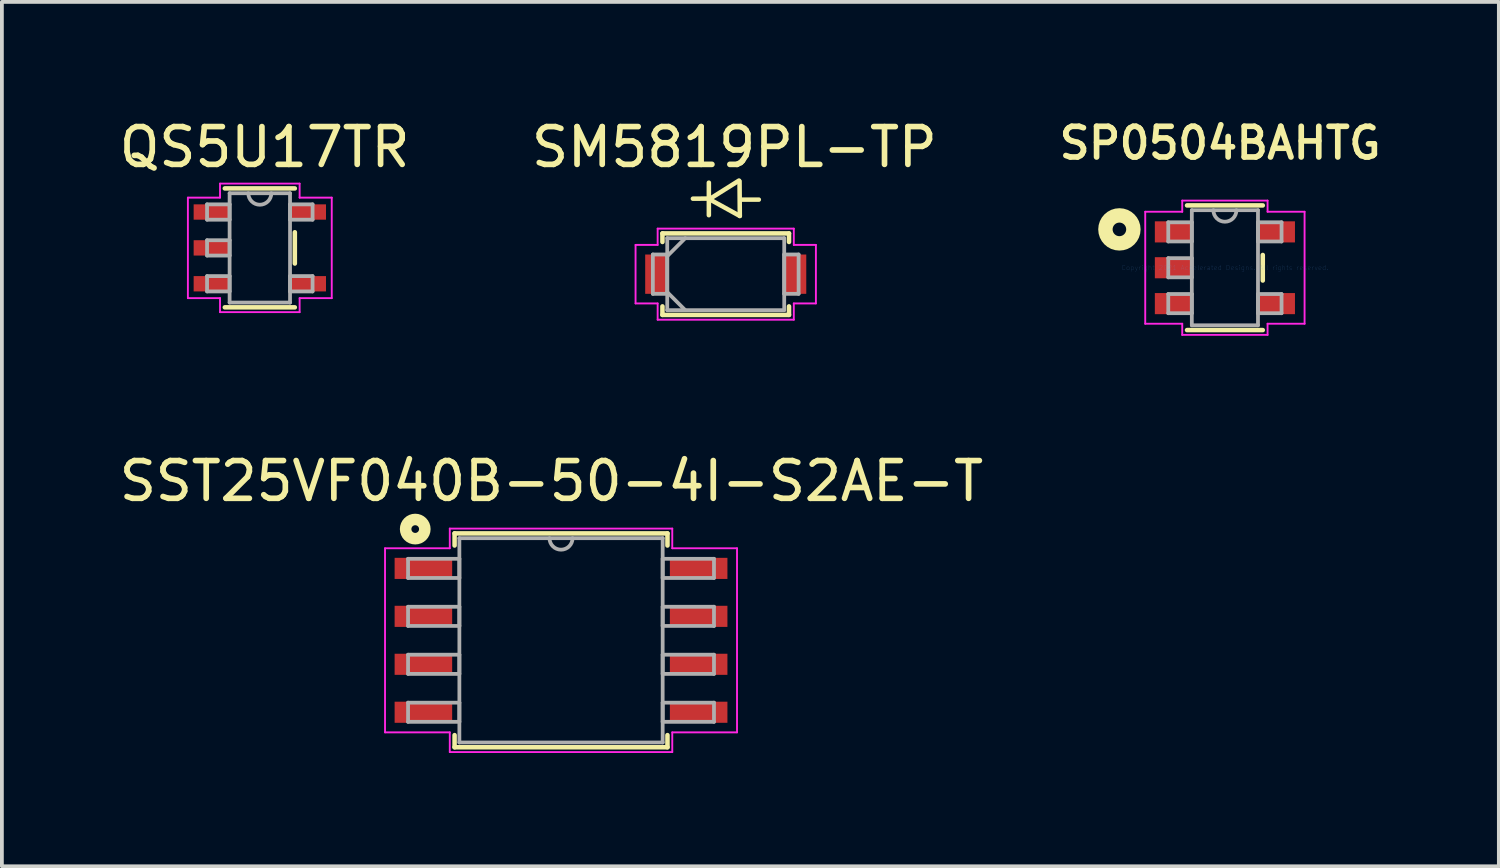
<source format=kicad_pcb>
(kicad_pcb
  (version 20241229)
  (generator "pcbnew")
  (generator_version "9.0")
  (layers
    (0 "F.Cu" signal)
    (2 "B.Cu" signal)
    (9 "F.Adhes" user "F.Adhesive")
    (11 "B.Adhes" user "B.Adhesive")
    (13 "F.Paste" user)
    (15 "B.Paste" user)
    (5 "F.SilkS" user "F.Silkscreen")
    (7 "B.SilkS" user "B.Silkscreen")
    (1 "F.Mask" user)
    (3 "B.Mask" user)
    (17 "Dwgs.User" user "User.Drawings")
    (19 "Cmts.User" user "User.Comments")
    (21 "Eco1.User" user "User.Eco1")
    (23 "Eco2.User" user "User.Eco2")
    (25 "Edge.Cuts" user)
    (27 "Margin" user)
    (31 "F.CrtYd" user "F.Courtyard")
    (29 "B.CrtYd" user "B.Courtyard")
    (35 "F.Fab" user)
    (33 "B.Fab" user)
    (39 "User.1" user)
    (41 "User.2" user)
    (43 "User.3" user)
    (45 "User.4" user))
  (footprint "SP0504BAHTG"
    (layer "F.Cu")
    (at 29.39 4.041)
    (property "Reference" "SP0504BAHTG" (at -0.127 -3.302 0) (layer "F.SilkS") (effects (font (size 0.813 0.813) (thickness 0.15))))
    (attr through_hole)
    (fp_line (start -1.003 1.651) (end 1.003 1.651) (stroke (width 0.12) (type solid)) (layer "F.SilkS"))
    (fp_line (start 1.003 -1.651) (end -1.003 -1.651) (stroke (width 0.12) (type solid)) (layer "F.SilkS"))
    (fp_line (start 1.003 0.338) (end 1.003 -0.338) (stroke (width 0.12) (type solid)) (layer "F.SilkS"))
    (fp_circle (center -2.794 -1.016) (end -2.614 -1.016) (stroke (width 0.381) (type solid)) (fill no) (layer "F.SilkS"))
    (fp_line (start -2.11 -1.483) (end -1.13 -1.483) (stroke (width 0.05) (type solid)) (layer "F.CrtYd"))
    (fp_line (start -2.11 1.483) (end -2.11 -1.483) (stroke (width 0.05) (type solid)) (layer "F.CrtYd"))
    (fp_line (start -1.13 -1.778) (end 1.13 -1.778) (stroke (width 0.05) (type solid)) (layer "F.CrtYd"))
    (fp_line (start -1.13 -1.483) (end -1.13 -1.778) (stroke (width 0.05) (type solid)) (layer "F.CrtYd"))
    (fp_line (start -1.13 1.483) (end -2.11 1.483) (stroke (width 0.05) (type solid)) (layer "F.CrtYd"))
    (fp_line (start -1.13 1.778) (end -1.13 1.483) (stroke (width 0.05) (type solid)) (layer "F.CrtYd"))
    (fp_line (start 1.13 -1.778) (end 1.13 -1.483) (stroke (width 0.05) (type solid)) (layer "F.CrtYd"))
    (fp_line (start 1.13 -1.483) (end 2.11 -1.483) (stroke (width 0.05) (type solid)) (layer "F.CrtYd"))
    (fp_line (start 1.13 1.483) (end 1.13 1.778) (stroke (width 0.05) (type solid)) (layer "F.CrtYd"))
    (fp_line (start 1.13 1.778) (end -1.13 1.778) (stroke (width 0.05) (type solid)) (layer "F.CrtYd"))
    (fp_line (start 2.11 -1.483) (end 2.11 1.483) (stroke (width 0.05) (type solid)) (layer "F.CrtYd"))
    (fp_line (start 2.11 1.483) (end 1.13 1.483) (stroke (width 0.05) (type solid)) (layer "F.CrtYd"))
    (fp_line (start -1.5 -1.204) (end -1.5 -0.696) (stroke (width 0.1) (type solid)) (layer "F.Fab"))
    (fp_line (start -1.5 -0.696) (end -0.876 -0.696) (stroke (width 0.1) (type solid)) (layer "F.Fab"))
    (fp_line (start -1.5 -0.254) (end -1.5 0.254) (stroke (width 0.1) (type solid)) (layer "F.Fab"))
    (fp_line (start -1.5 0.254) (end -0.876 0.254) (stroke (width 0.1) (type solid)) (layer "F.Fab"))
    (fp_line (start -1.5 0.696) (end -1.5 1.204) (stroke (width 0.1) (type solid)) (layer "F.Fab"))
    (fp_line (start -1.5 1.204) (end -0.876 1.204) (stroke (width 0.1) (type solid)) (layer "F.Fab"))
    (fp_line (start -0.876 -1.524) (end -0.876 1.524) (stroke (width 0.1) (type solid)) (layer "F.Fab"))
    (fp_line (start -0.876 -1.204) (end -1.5 -1.204) (stroke (width 0.1) (type solid)) (layer "F.Fab"))
    (fp_line (start -0.876 -0.696) (end -0.876 -1.204) (stroke (width 0.1) (type solid)) (layer "F.Fab"))
    (fp_line (start -0.876 -0.254) (end -1.5 -0.254) (stroke (width 0.1) (type solid)) (layer "F.Fab"))
    (fp_line (start -0.876 0.254) (end -0.876 -0.254) (stroke (width 0.1) (type solid)) (layer "F.Fab"))
    (fp_line (start -0.876 0.696) (end -1.5 0.696) (stroke (width 0.1) (type solid)) (layer "F.Fab"))
    (fp_line (start -0.876 1.204) (end -0.876 0.696) (stroke (width 0.1) (type solid)) (layer "F.Fab"))
    (fp_line (start -0.876 1.524) (end 0.876 1.524) (stroke (width 0.1) (type solid)) (layer "F.Fab"))
    (fp_line (start 0.876 -1.524) (end -0.876 -1.524) (stroke (width 0.1) (type solid)) (layer "F.Fab"))
    (fp_line (start 0.876 -1.204) (end 0.876 -0.696) (stroke (width 0.1) (type solid)) (layer "F.Fab"))
    (fp_line (start 0.876 -0.696) (end 1.5 -0.696) (stroke (width 0.1) (type solid)) (layer "F.Fab"))
    (fp_line (start 0.876 0.696) (end 0.876 1.204) (stroke (width 0.1) (type solid)) (layer "F.Fab"))
    (fp_line (start 0.876 1.204) (end 1.5 1.204) (stroke (width 0.1) (type solid)) (layer "F.Fab"))
    (fp_line (start 0.876 1.524) (end 0.876 -1.524) (stroke (width 0.1) (type solid)) (layer "F.Fab"))
    (fp_line (start 1.5 -1.204) (end 0.876 -1.204) (stroke (width 0.1) (type solid)) (layer "F.Fab"))
    (fp_line (start 1.5 -0.696) (end 1.5 -1.204) (stroke (width 0.1) (type solid)) (layer "F.Fab"))
    (fp_line (start 1.5 0.696) (end 0.876 0.696) (stroke (width 0.1) (type solid)) (layer "F.Fab"))
    (fp_line (start 1.5 1.204) (end 1.5 0.696) (stroke (width 0.1) (type solid)) (layer "F.Fab"))
    (fp_arc (start 0.3048 -1.524) (mid 0 -1.2192) (end -0.3048 -1.524) (stroke (width 0.1) (type solid)) (layer "F.Fab"))
    (fp_text user "Copyright 2021 Accelerated Designs. All rights reserved." (at 0 0 0) (layer "Cmts.User") (effects (font (size 0.127 0.127) (thickness 0.002))))
    (pad "1" smd rect (at -1.366 -0.95) (size 0.979 0.559) (layers "F.Cu" "F.Mask" "F.Paste"))
    (pad "2" smd rect (at -1.366 0) (size 0.979 0.559) (layers "F.Cu" "F.Mask" "F.Paste"))
    (pad "3" smd rect (at -1.366 0.95) (size 0.979 0.559) (layers "F.Cu" "F.Mask" "F.Paste"))
    (pad "4" smd rect (at 1.366 0.95) (size 0.979 0.559) (layers "F.Cu" "F.Mask" "F.Paste"))
    (pad "5" smd rect (at 1.366 -0.95) (size 0.979 0.559) (layers "F.Cu" "F.Mask" "F.Paste")))
  (footprint "SM5819PL-TP"
    (layer "F.Cu")
    (at 16.17 4.211)
    (property "Reference" "SM5819PL-TP" (at 0.229 -3.363 0) (layer "F.SilkS") (effects (font (size 1 1) (thickness 0.15))))
    (attr through_hole)
    (fp_line (start -1.676 -1.079) (end -1.676 -0.853) (stroke (width 0.12) (type solid)) (layer "F.SilkS"))
    (fp_line (start -1.676 0.853) (end -1.676 1.079) (stroke (width 0.12) (type solid)) (layer "F.SilkS"))
    (fp_line (start -1.676 1.079) (end 1.676 1.079) (stroke (width 0.12) (type solid)) (layer "F.SilkS"))
    (fp_line (start -0.447 -1.562) (end -0.447 -2.423) (stroke (width 0.12) (type solid)) (layer "F.SilkS"))
    (fp_line (start -0.439 -2.002) (end -0.869 -1.999) (stroke (width 0.12) (type solid)) (layer "F.SilkS"))
    (fp_line (start -0.434 -1.986) (end 0.351 -2.479) (stroke (width 0.12) (type solid)) (layer "F.SilkS"))
    (fp_line (start 0.366 -2.459) (end 0.373 -1.542) (stroke (width 0.12) (type solid)) (layer "F.SilkS"))
    (fp_line (start 0.373 -1.542) (end -0.434 -1.986) (stroke (width 0.12) (type solid)) (layer "F.SilkS"))
    (fp_line (start 0.401 -1.974) (end 0.876 -1.974) (stroke (width 0.12) (type solid)) (layer "F.SilkS"))
    (fp_line (start 1.676 -1.079) (end -1.676 -1.079) (stroke (width 0.12) (type solid)) (layer "F.SilkS"))
    (fp_line (start 1.676 -0.853) (end 1.676 -1.079) (stroke (width 0.12) (type solid)) (layer "F.SilkS"))
    (fp_line (start 1.676 1.079) (end 1.676 0.853) (stroke (width 0.12) (type solid)) (layer "F.SilkS"))
    (fp_line (start -2.388 -0.775) (end -1.803 -0.775) (stroke (width 0.05) (type solid)) (layer "F.CrtYd"))
    (fp_line (start -2.388 0.775) (end -2.388 -0.775) (stroke (width 0.05) (type solid)) (layer "F.CrtYd"))
    (fp_line (start -1.803 -1.206) (end 1.803 -1.206) (stroke (width 0.05) (type solid)) (layer "F.CrtYd"))
    (fp_line (start -1.803 -0.775) (end -1.803 -1.206) (stroke (width 0.05) (type solid)) (layer "F.CrtYd"))
    (fp_line (start -1.803 0.775) (end -2.388 0.775) (stroke (width 0.05) (type solid)) (layer "F.CrtYd"))
    (fp_line (start -1.803 1.206) (end -1.803 0.775) (stroke (width 0.05) (type solid)) (layer "F.CrtYd"))
    (fp_line (start 1.803 -1.206) (end 1.803 -0.775) (stroke (width 0.05) (type solid)) (layer "F.CrtYd"))
    (fp_line (start 1.803 -0.775) (end 2.388 -0.775) (stroke (width 0.05) (type solid)) (layer "F.CrtYd"))
    (fp_line (start 1.803 0.775) (end 1.803 1.206) (stroke (width 0.05) (type solid)) (layer "F.CrtYd"))
    (fp_line (start 1.803 1.206) (end -1.803 1.206) (stroke (width 0.05) (type solid)) (layer "F.CrtYd"))
    (fp_line (start 2.388 -0.775) (end 2.388 0.775) (stroke (width 0.05) (type solid)) (layer "F.CrtYd"))
    (fp_line (start 2.388 0.775) (end 1.803 0.775) (stroke (width 0.05) (type solid)) (layer "F.CrtYd"))
    (fp_line (start -1.93 -0.521) (end -1.93 0.521) (stroke (width 0.1) (type solid)) (layer "F.Fab"))
    (fp_line (start -1.93 0.521) (end -1.549 0.521) (stroke (width 0.1) (type solid)) (layer "F.Fab"))
    (fp_line (start -1.549 -0.953) (end -1.549 0.953) (stroke (width 0.1) (type solid)) (layer "F.Fab"))
    (fp_line (start -1.549 -0.521) (end -1.93 -0.521) (stroke (width 0.1) (type solid)) (layer "F.Fab"))
    (fp_line (start -1.549 -0.476) (end -1.073 -0.953) (stroke (width 0.1) (type solid)) (layer "F.Fab"))
    (fp_line (start -1.549 0.476) (end -1.073 0.953) (stroke (width 0.1) (type solid)) (layer "F.Fab"))
    (fp_line (start -1.549 0.521) (end -1.549 -0.521) (stroke (width 0.1) (type solid)) (layer "F.Fab"))
    (fp_line (start -1.549 0.953) (end 1.549 0.953) (stroke (width 0.1) (type solid)) (layer "F.Fab"))
    (fp_line (start 1.549 -0.953) (end -1.549 -0.953) (stroke (width 0.1) (type solid)) (layer "F.Fab"))
    (fp_line (start 1.549 -0.521) (end 1.549 0.521) (stroke (width 0.1) (type solid)) (layer "F.Fab"))
    (fp_line (start 1.549 0.521) (end 1.93 0.521) (stroke (width 0.1) (type solid)) (layer "F.Fab"))
    (fp_line (start 1.549 0.953) (end 1.549 -0.953) (stroke (width 0.1) (type solid)) (layer "F.Fab"))
    (fp_line (start 1.93 -0.521) (end 1.549 -0.521) (stroke (width 0.1) (type solid)) (layer "F.Fab"))
    (fp_line (start 1.93 0.521) (end 1.93 -0.521) (stroke (width 0.1) (type solid)) (layer "F.Fab"))
    (pad "1" smd rect (at -1.841 0) (size 0.584 1.041) (layers "F.Cu" "F.Mask" "F.Paste"))
    (pad "2" smd rect (at 1.841 0) (size 0.584 1.041) (layers "F.Cu" "F.Mask" "F.Paste")))
  (footprint "SST25VF040B-50-4I-S2AE-T"
    (layer "F.Cu")
    (at 11.808 13.908)
    (property "Reference" "SST25VF040B-50-4I-S2AE-T" (at -0.254 -4.216 0) (layer "F.SilkS") (effects (font (size 1 1) (thickness 0.15))))
    (attr through_hole)
    (fp_line (start -2.819 -2.832) (end -2.819 -2.511) (stroke (width 0.12) (type solid)) (layer "F.SilkS"))
    (fp_line (start -2.819 2.511) (end -2.819 2.832) (stroke (width 0.12) (type solid)) (layer "F.SilkS"))
    (fp_line (start -2.819 2.832) (end 2.819 2.832) (stroke (width 0.12) (type solid)) (layer "F.SilkS"))
    (fp_line (start 2.819 -2.832) (end -2.819 -2.832) (stroke (width 0.12) (type solid)) (layer "F.SilkS"))
    (fp_line (start 2.819 -2.511) (end 2.819 -2.832) (stroke (width 0.12) (type solid)) (layer "F.SilkS"))
    (fp_line (start 2.819 2.832) (end 2.819 2.511) (stroke (width 0.12) (type solid)) (layer "F.SilkS"))
    (fp_circle (center -3.861 -2.946) (end -3.759 -2.946) (stroke (width 0.305) (type solid)) (fill no) (layer "F.SilkS"))
    (fp_line (start -4.661 -2.438) (end -2.946 -2.438) (stroke (width 0.05) (type solid)) (layer "F.CrtYd"))
    (fp_line (start -4.661 2.438) (end -4.661 -2.438) (stroke (width 0.05) (type solid)) (layer "F.CrtYd"))
    (fp_line (start -2.946 -2.959) (end 2.946 -2.959) (stroke (width 0.05) (type solid)) (layer "F.CrtYd"))
    (fp_line (start -2.946 -2.438) (end -2.946 -2.959) (stroke (width 0.05) (type solid)) (layer "F.CrtYd"))
    (fp_line (start -2.946 2.438) (end -4.661 2.438) (stroke (width 0.05) (type solid)) (layer "F.CrtYd"))
    (fp_line (start -2.946 2.959) (end -2.946 2.438) (stroke (width 0.05) (type solid)) (layer "F.CrtYd"))
    (fp_line (start 2.946 -2.959) (end 2.946 -2.438) (stroke (width 0.05) (type solid)) (layer "F.CrtYd"))
    (fp_line (start 2.946 -2.438) (end 4.661 -2.438) (stroke (width 0.05) (type solid)) (layer "F.CrtYd"))
    (fp_line (start 2.946 2.438) (end 2.946 2.959) (stroke (width 0.05) (type solid)) (layer "F.CrtYd"))
    (fp_line (start 2.946 2.959) (end -2.946 2.959) (stroke (width 0.05) (type solid)) (layer "F.CrtYd"))
    (fp_line (start 4.661 -2.438) (end 4.661 2.438) (stroke (width 0.05) (type solid)) (layer "F.CrtYd"))
    (fp_line (start 4.661 2.438) (end 2.946 2.438) (stroke (width 0.05) (type solid)) (layer "F.CrtYd"))
    (fp_line (start -4.051 -2.159) (end -4.051 -1.651) (stroke (width 0.1) (type solid)) (layer "F.Fab"))
    (fp_line (start -4.051 -1.651) (end -2.692 -1.651) (stroke (width 0.1) (type solid)) (layer "F.Fab"))
    (fp_line (start -4.051 -0.889) (end -4.051 -0.381) (stroke (width 0.1) (type solid)) (layer "F.Fab"))
    (fp_line (start -4.051 -0.381) (end -2.692 -0.381) (stroke (width 0.1) (type solid)) (layer "F.Fab"))
    (fp_line (start -4.051 0.381) (end -4.051 0.889) (stroke (width 0.1) (type solid)) (layer "F.Fab"))
    (fp_line (start -4.051 0.889) (end -2.692 0.889) (stroke (width 0.1) (type solid)) (layer "F.Fab"))
    (fp_line (start -4.051 1.651) (end -4.051 2.159) (stroke (width 0.1) (type solid)) (layer "F.Fab"))
    (fp_line (start -4.051 2.159) (end -2.692 2.159) (stroke (width 0.1) (type solid)) (layer "F.Fab"))
    (fp_line (start -2.692 -2.705) (end -2.692 2.705) (stroke (width 0.1) (type solid)) (layer "F.Fab"))
    (fp_line (start -2.692 -2.159) (end -4.051 -2.159) (stroke (width 0.1) (type solid)) (layer "F.Fab"))
    (fp_line (start -2.692 -1.651) (end -2.692 -2.159) (stroke (width 0.1) (type solid)) (layer "F.Fab"))
    (fp_line (start -2.692 -0.889) (end -4.051 -0.889) (stroke (width 0.1) (type solid)) (layer "F.Fab"))
    (fp_line (start -2.692 -0.381) (end -2.692 -0.889) (stroke (width 0.1) (type solid)) (layer "F.Fab"))
    (fp_line (start -2.692 0.381) (end -4.051 0.381) (stroke (width 0.1) (type solid)) (layer "F.Fab"))
    (fp_line (start -2.692 0.889) (end -2.692 0.381) (stroke (width 0.1) (type solid)) (layer "F.Fab"))
    (fp_line (start -2.692 1.651) (end -4.051 1.651) (stroke (width 0.1) (type solid)) (layer "F.Fab"))
    (fp_line (start -2.692 2.159) (end -2.692 1.651) (stroke (width 0.1) (type solid)) (layer "F.Fab"))
    (fp_line (start -2.692 2.705) (end 2.692 2.705) (stroke (width 0.1) (type solid)) (layer "F.Fab"))
    (fp_line (start 2.692 -2.705) (end -2.692 -2.705) (stroke (width 0.1) (type solid)) (layer "F.Fab"))
    (fp_line (start 2.692 -2.159) (end 2.692 -1.651) (stroke (width 0.1) (type solid)) (layer "F.Fab"))
    (fp_line (start 2.692 -1.651) (end 4.051 -1.651) (stroke (width 0.1) (type solid)) (layer "F.Fab"))
    (fp_line (start 2.692 -0.889) (end 2.692 -0.381) (stroke (width 0.1) (type solid)) (layer "F.Fab"))
    (fp_line (start 2.692 -0.381) (end 4.051 -0.381) (stroke (width 0.1) (type solid)) (layer "F.Fab"))
    (fp_line (start 2.692 0.381) (end 2.692 0.889) (stroke (width 0.1) (type solid)) (layer "F.Fab"))
    (fp_line (start 2.692 0.889) (end 4.051 0.889) (stroke (width 0.1) (type solid)) (layer "F.Fab"))
    (fp_line (start 2.692 1.651) (end 2.692 2.159) (stroke (width 0.1) (type solid)) (layer "F.Fab"))
    (fp_line (start 2.692 2.159) (end 4.051 2.159) (stroke (width 0.1) (type solid)) (layer "F.Fab"))
    (fp_line (start 2.692 2.705) (end 2.692 -2.705) (stroke (width 0.1) (type solid)) (layer "F.Fab"))
    (fp_line (start 4.051 -2.159) (end 2.692 -2.159) (stroke (width 0.1) (type solid)) (layer "F.Fab"))
    (fp_line (start 4.051 -1.651) (end 4.051 -2.159) (stroke (width 0.1) (type solid)) (layer "F.Fab"))
    (fp_line (start 4.051 -0.889) (end 2.692 -0.889) (stroke (width 0.1) (type solid)) (layer "F.Fab"))
    (fp_line (start 4.051 -0.381) (end 4.051 -0.889) (stroke (width 0.1) (type solid)) (layer "F.Fab"))
    (fp_line (start 4.051 0.381) (end 2.692 0.381) (stroke (width 0.1) (type solid)) (layer "F.Fab"))
    (fp_line (start 4.051 0.889) (end 4.051 0.381) (stroke (width 0.1) (type solid)) (layer "F.Fab"))
    (fp_line (start 4.051 1.651) (end 2.692 1.651) (stroke (width 0.1) (type solid)) (layer "F.Fab"))
    (fp_line (start 4.051 2.159) (end 4.051 1.651) (stroke (width 0.1) (type solid)) (layer "F.Fab"))
    (fp_arc (start 0.3048 -2.7051) (mid 0 -2.4003) (end -0.3048 -2.7051) (stroke (width 0.1) (type solid)) (layer "F.Fab"))
    (pad "1" smd rect (at -3.645 -1.905) (size 1.524 0.559) (layers "F.Cu" "F.Mask" "F.Paste"))
    (pad "2" smd rect (at -3.645 -0.635) (size 1.524 0.559) (layers "F.Cu" "F.Mask" "F.Paste"))
    (pad "3" smd rect (at -3.645 0.635) (size 1.524 0.559) (layers "F.Cu" "F.Mask" "F.Paste"))
    (pad "4" smd rect (at -3.645 1.905) (size 1.524 0.559) (layers "F.Cu" "F.Mask" "F.Paste"))
    (pad "5" smd rect (at 3.645 1.905) (size 1.524 0.559) (layers "F.Cu" "F.Mask" "F.Paste"))
    (pad "6" smd rect (at 3.645 0.635) (size 1.524 0.559) (layers "F.Cu" "F.Mask" "F.Paste"))
    (pad "7" smd rect (at 3.645 -0.635) (size 1.524 0.559) (layers "F.Cu" "F.Mask" "F.Paste"))
    (pad "8" smd rect (at 3.645 -1.905) (size 1.524 0.559) (layers "F.Cu" "F.Mask" "F.Paste")))
  (footprint "QS5U17TR"
    (layer "F.Cu")
    (at 3.831 3.515)
    (property "Reference" "QS5U17TR" (at 0.127 -2.667 0) (layer "F.SilkS") (effects (font (size 1 1) (thickness 0.15))))
    (attr through_hole)
    (fp_line (start -0.927 1.575) (end 0.927 1.575) (stroke (width 0.12) (type solid)) (layer "F.SilkS"))
    (fp_line (start 0.927 -1.575) (end -0.927 -1.575) (stroke (width 0.12) (type solid)) (layer "F.SilkS"))
    (fp_line (start 0.927 0.414) (end 0.927 -0.414) (stroke (width 0.12) (type solid)) (layer "F.SilkS"))
    (fp_line (start -1.905 -1.331) (end -1.054 -1.331) (stroke (width 0.05) (type solid)) (layer "F.CrtYd"))
    (fp_line (start -1.905 1.331) (end -1.905 -1.331) (stroke (width 0.05) (type solid)) (layer "F.CrtYd"))
    (fp_line (start -1.054 -1.702) (end 1.054 -1.702) (stroke (width 0.05) (type solid)) (layer "F.CrtYd"))
    (fp_line (start -1.054 -1.331) (end -1.054 -1.702) (stroke (width 0.05) (type solid)) (layer "F.CrtYd"))
    (fp_line (start -1.054 1.331) (end -1.905 1.331) (stroke (width 0.05) (type solid)) (layer "F.CrtYd"))
    (fp_line (start -1.054 1.702) (end -1.054 1.331) (stroke (width 0.05) (type solid)) (layer "F.CrtYd"))
    (fp_line (start 1.054 -1.702) (end 1.054 -1.331) (stroke (width 0.05) (type solid)) (layer "F.CrtYd"))
    (fp_line (start 1.054 -1.331) (end 1.905 -1.331) (stroke (width 0.05) (type solid)) (layer "F.CrtYd"))
    (fp_line (start 1.054 1.331) (end 1.054 1.702) (stroke (width 0.05) (type solid)) (layer "F.CrtYd"))
    (fp_line (start 1.054 1.702) (end -1.054 1.702) (stroke (width 0.05) (type solid)) (layer "F.CrtYd"))
    (fp_line (start 1.905 -1.331) (end 1.905 1.331) (stroke (width 0.05) (type solid)) (layer "F.CrtYd"))
    (fp_line (start 1.905 1.331) (end 1.054 1.331) (stroke (width 0.05) (type solid)) (layer "F.CrtYd"))
    (fp_line (start -1.397 -1.153) (end -1.397 -0.747) (stroke (width 0.1) (type solid)) (layer "F.Fab"))
    (fp_line (start -1.397 -0.747) (end -0.8 -0.747) (stroke (width 0.1) (type solid)) (layer "F.Fab"))
    (fp_line (start -1.397 -0.203) (end -1.397 0.203) (stroke (width 0.1) (type solid)) (layer "F.Fab"))
    (fp_line (start -1.397 0.203) (end -0.8 0.203) (stroke (width 0.1) (type solid)) (layer "F.Fab"))
    (fp_line (start -1.397 0.747) (end -1.397 1.153) (stroke (width 0.1) (type solid)) (layer "F.Fab"))
    (fp_line (start -1.397 1.153) (end -0.8 1.153) (stroke (width 0.1) (type solid)) (layer "F.Fab"))
    (fp_line (start -0.8 -1.448) (end -0.8 1.448) (stroke (width 0.1) (type solid)) (layer "F.Fab"))
    (fp_line (start -0.8 -1.153) (end -1.397 -1.153) (stroke (width 0.1) (type solid)) (layer "F.Fab"))
    (fp_line (start -0.8 -0.747) (end -0.8 -1.153) (stroke (width 0.1) (type solid)) (layer "F.Fab"))
    (fp_line (start -0.8 -0.203) (end -1.397 -0.203) (stroke (width 0.1) (type solid)) (layer "F.Fab"))
    (fp_line (start -0.8 0.203) (end -0.8 -0.203) (stroke (width 0.1) (type solid)) (layer "F.Fab"))
    (fp_line (start -0.8 0.747) (end -1.397 0.747) (stroke (width 0.1) (type solid)) (layer "F.Fab"))
    (fp_line (start -0.8 1.153) (end -0.8 0.747) (stroke (width 0.1) (type solid)) (layer "F.Fab"))
    (fp_line (start -0.8 1.448) (end 0.8 1.448) (stroke (width 0.1) (type solid)) (layer "F.Fab"))
    (fp_line (start 0.8 -1.448) (end -0.8 -1.448) (stroke (width 0.1) (type solid)) (layer "F.Fab"))
    (fp_line (start 0.8 -1.153) (end 0.8 -0.747) (stroke (width 0.1) (type solid)) (layer "F.Fab"))
    (fp_line (start 0.8 -0.747) (end 1.397 -0.747) (stroke (width 0.1) (type solid)) (layer "F.Fab"))
    (fp_line (start 0.8 0.747) (end 0.8 1.153) (stroke (width 0.1) (type solid)) (layer "F.Fab"))
    (fp_line (start 0.8 1.153) (end 1.397 1.153) (stroke (width 0.1) (type solid)) (layer "F.Fab"))
    (fp_line (start 0.8 1.448) (end 0.8 -1.448) (stroke (width 0.1) (type solid)) (layer "F.Fab"))
    (fp_line (start 1.397 -1.153) (end 0.8 -1.153) (stroke (width 0.1) (type solid)) (layer "F.Fab"))
    (fp_line (start 1.397 -0.747) (end 1.397 -1.153) (stroke (width 0.1) (type solid)) (layer "F.Fab"))
    (fp_line (start 1.397 0.747) (end 0.8 0.747) (stroke (width 0.1) (type solid)) (layer "F.Fab"))
    (fp_line (start 1.397 1.153) (end 1.397 0.747) (stroke (width 0.1) (type solid)) (layer "F.Fab"))
    (fp_arc (start 0.3048 -1.4478) (mid 0 -1.143) (end -0.3048 -1.4478) (stroke (width 0.1) (type solid)) (layer "F.Fab"))
    (pad "1" smd rect (at -1.276 -0.95) (size 0.953 0.406) (layers "F.Cu" "F.Mask" "F.Paste"))
    (pad "2" smd rect (at -1.276 0) (size 0.953 0.406) (layers "F.Cu" "F.Mask" "F.Paste"))
    (pad "3" smd rect (at -1.276 0.95) (size 0.953 0.406) (layers "F.Cu" "F.Mask" "F.Paste"))
    (pad "4" smd rect (at 1.276 0.95) (size 0.953 0.406) (layers "F.Cu" "F.Mask" "F.Paste"))
    (pad "5" smd rect (at 1.276 -0.95) (size 0.953 0.406) (layers "F.Cu" "F.Mask" "F.Paste")))
  (gr_rect
    (start -3 -3)
    (end 36.645 19.892)
    (stroke (width 0.1) (type default))
    (fill no)
    (layer "Edge.Cuts")))
</source>
